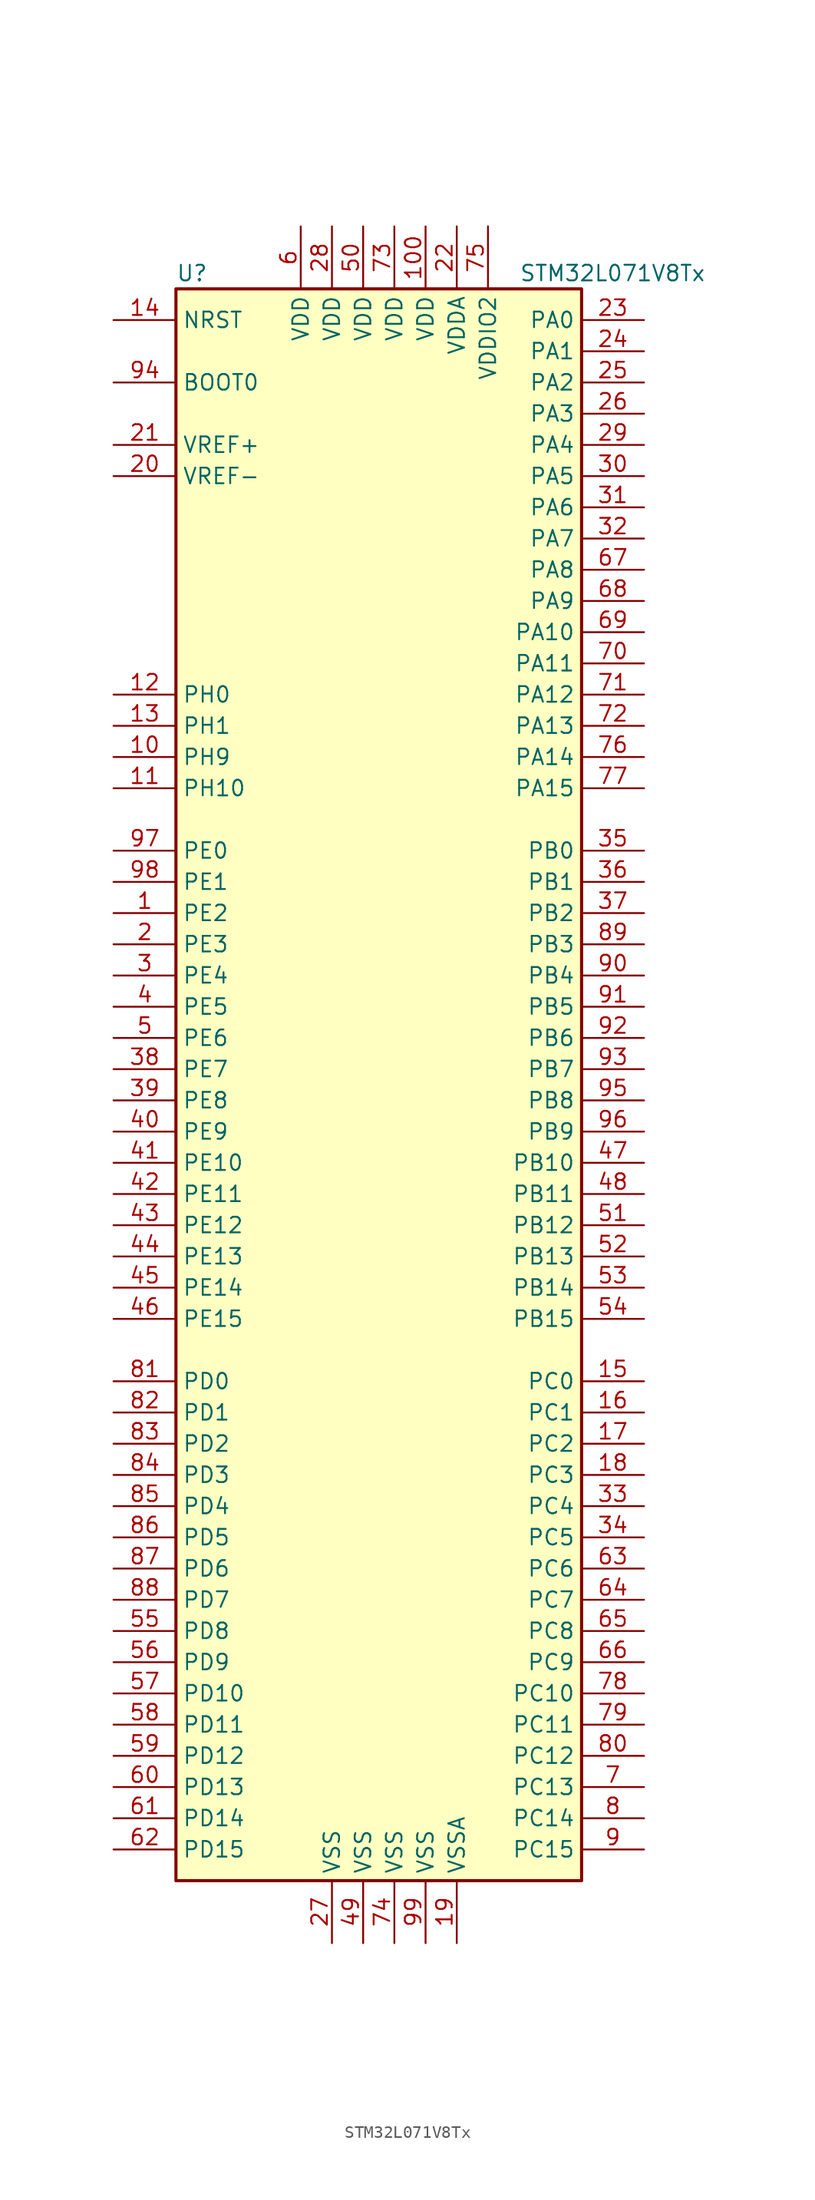
<source format=kicad_sym>
(kicad_symbol_lib
  (version 20211014)
  (generator kicad_symbol_editor)
  (symbol "STM32L071V8Tx"
    (property "Reference" "U"
      (at -17.78 64.77 0)
      (effects (font (size 1.27 1.27)) (justify left)))
    (property "Value" "STM32L071V8Tx"
      (at 10.16 64.77 0)
      (effects (font (size 1.27 1.27)) (justify left)))
    (symbol "STM32L071V8Tx_0_1"
      (rectangle (start -17.78 -66.04) (end 15.24 63.5) (stroke (width 0.254) (type default) (color 0 0 0 0)) (fill (type background))))
    (symbol "STM32L071V8Tx_1_1"
      (pin bidirectional line (at -22.86 12.7 0) (length 5.08) (name "PE2" (effects (font (size 1.27 1.27)))) (number "1" (effects (font (size 1.27 1.27)))))
      (pin bidirectional line (at -22.86 25.4 0) (length 5.08) (name "PH9" (effects (font (size 1.27 1.27)))) (number "10" (effects (font (size 1.27 1.27)))))
      (pin power_in line (at 2.54 68.58 270) (length 5.08) (name "VDD" (effects (font (size 1.27 1.27)))) (number "100" (effects (font (size 1.27 1.27)))))
      (pin bidirectional line (at -22.86 22.86 0) (length 5.08) (name "PH10" (effects (font (size 1.27 1.27)))) (number "11" (effects (font (size 1.27 1.27)))))
      (pin input line (at -22.86 30.48 0) (length 5.08) (name "PH0" (effects (font (size 1.27 1.27)))) (number "12" (effects (font (size 1.27 1.27)))))
      (pin input line (at -22.86 27.94 0) (length 5.08) (name "PH1" (effects (font (size 1.27 1.27)))) (number "13" (effects (font (size 1.27 1.27)))))
      (pin input line (at -22.86 60.96 0) (length 5.08) (name "NRST" (effects (font (size 1.27 1.27)))) (number "14" (effects (font (size 1.27 1.27)))))
      (pin bidirectional line (at 20.32 -25.4 180) (length 5.08) (name "PC0" (effects (font (size 1.27 1.27)))) (number "15" (effects (font (size 1.27 1.27)))))
      (pin bidirectional line (at 20.32 -27.94 180) (length 5.08) (name "PC1" (effects (font (size 1.27 1.27)))) (number "16" (effects (font (size 1.27 1.27)))))
      (pin bidirectional line (at 20.32 -30.48 180) (length 5.08) (name "PC2" (effects (font (size 1.27 1.27)))) (number "17" (effects (font (size 1.27 1.27)))))
      (pin bidirectional line (at 20.32 -33.02 180) (length 5.08) (name "PC3" (effects (font (size 1.27 1.27)))) (number "18" (effects (font (size 1.27 1.27)))))
      (pin power_in line (at 5.08 -71.12 90) (length 5.08) (name "VSSA" (effects (font (size 1.27 1.27)))) (number "19" (effects (font (size 1.27 1.27)))))
      (pin bidirectional line (at -22.86 10.16 0) (length 5.08) (name "PE3" (effects (font (size 1.27 1.27)))) (number "2" (effects (font (size 1.27 1.27)))))
      (pin power_in line (at -22.86 48.26 0) (length 5.08) (name "VREF-" (effects (font (size 1.27 1.27)))) (number "20" (effects (font (size 1.27 1.27)))))
      (pin power_in line (at -22.86 50.8 0) (length 5.08) (name "VREF+" (effects (font (size 1.27 1.27)))) (number "21" (effects (font (size 1.27 1.27)))))
      (pin power_in line (at 5.08 68.58 270) (length 5.08) (name "VDDA" (effects (font (size 1.27 1.27)))) (number "22" (effects (font (size 1.27 1.27)))))
      (pin bidirectional line (at 20.32 60.96 180) (length 5.08) (name "PA0" (effects (font (size 1.27 1.27)))) (number "23" (effects (font (size 1.27 1.27)))))
      (pin bidirectional line (at 20.32 58.42 180) (length 5.08) (name "PA1" (effects (font (size 1.27 1.27)))) (number "24" (effects (font (size 1.27 1.27)))))
      (pin bidirectional line (at 20.32 55.88 180) (length 5.08) (name "PA2" (effects (font (size 1.27 1.27)))) (number "25" (effects (font (size 1.27 1.27)))))
      (pin bidirectional line (at 20.32 53.34 180) (length 5.08) (name "PA3" (effects (font (size 1.27 1.27)))) (number "26" (effects (font (size 1.27 1.27)))))
      (pin power_in line (at -5.08 -71.12 90) (length 5.08) (name "VSS" (effects (font (size 1.27 1.27)))) (number "27" (effects (font (size 1.27 1.27)))))
      (pin power_in line (at -5.08 68.58 270) (length 5.08) (name "VDD" (effects (font (size 1.27 1.27)))) (number "28" (effects (font (size 1.27 1.27)))))
      (pin bidirectional line (at 20.32 50.8 180) (length 5.08) (name "PA4" (effects (font (size 1.27 1.27)))) (number "29" (effects (font (size 1.27 1.27)))))
      (pin bidirectional line (at -22.86 7.62 0) (length 5.08) (name "PE4" (effects (font (size 1.27 1.27)))) (number "3" (effects (font (size 1.27 1.27)))))
      (pin bidirectional line (at 20.32 48.26 180) (length 5.08) (name "PA5" (effects (font (size 1.27 1.27)))) (number "30" (effects (font (size 1.27 1.27)))))
      (pin bidirectional line (at 20.32 45.72 180) (length 5.08) (name "PA6" (effects (font (size 1.27 1.27)))) (number "31" (effects (font (size 1.27 1.27)))))
      (pin bidirectional line (at 20.32 43.18 180) (length 5.08) (name "PA7" (effects (font (size 1.27 1.27)))) (number "32" (effects (font (size 1.27 1.27)))))
      (pin bidirectional line (at 20.32 -35.56 180) (length 5.08) (name "PC4" (effects (font (size 1.27 1.27)))) (number "33" (effects (font (size 1.27 1.27)))))
      (pin bidirectional line (at 20.32 -38.1 180) (length 5.08) (name "PC5" (effects (font (size 1.27 1.27)))) (number "34" (effects (font (size 1.27 1.27)))))
      (pin bidirectional line (at 20.32 17.78 180) (length 5.08) (name "PB0" (effects (font (size 1.27 1.27)))) (number "35" (effects (font (size 1.27 1.27)))))
      (pin bidirectional line (at 20.32 15.24 180) (length 5.08) (name "PB1" (effects (font (size 1.27 1.27)))) (number "36" (effects (font (size 1.27 1.27)))))
      (pin bidirectional line (at 20.32 12.7 180) (length 5.08) (name "PB2" (effects (font (size 1.27 1.27)))) (number "37" (effects (font (size 1.27 1.27)))))
      (pin bidirectional line (at -22.86 0 0) (length 5.08) (name "PE7" (effects (font (size 1.27 1.27)))) (number "38" (effects (font (size 1.27 1.27)))))
      (pin bidirectional line (at -22.86 -2.54 0) (length 5.08) (name "PE8" (effects (font (size 1.27 1.27)))) (number "39" (effects (font (size 1.27 1.27)))))
      (pin bidirectional line (at -22.86 5.08 0) (length 5.08) (name "PE5" (effects (font (size 1.27 1.27)))) (number "4" (effects (font (size 1.27 1.27)))))
      (pin bidirectional line (at -22.86 -5.08 0) (length 5.08) (name "PE9" (effects (font (size 1.27 1.27)))) (number "40" (effects (font (size 1.27 1.27)))))
      (pin bidirectional line (at -22.86 -7.62 0) (length 5.08) (name "PE10" (effects (font (size 1.27 1.27)))) (number "41" (effects (font (size 1.27 1.27)))))
      (pin bidirectional line (at -22.86 -10.16 0) (length 5.08) (name "PE11" (effects (font (size 1.27 1.27)))) (number "42" (effects (font (size 1.27 1.27)))))
      (pin bidirectional line (at -22.86 -12.7 0) (length 5.08) (name "PE12" (effects (font (size 1.27 1.27)))) (number "43" (effects (font (size 1.27 1.27)))))
      (pin bidirectional line (at -22.86 -15.24 0) (length 5.08) (name "PE13" (effects (font (size 1.27 1.27)))) (number "44" (effects (font (size 1.27 1.27)))))
      (pin bidirectional line (at -22.86 -17.78 0) (length 5.08) (name "PE14" (effects (font (size 1.27 1.27)))) (number "45" (effects (font (size 1.27 1.27)))))
      (pin bidirectional line (at -22.86 -20.32 0) (length 5.08) (name "PE15" (effects (font (size 1.27 1.27)))) (number "46" (effects (font (size 1.27 1.27)))))
      (pin bidirectional line (at 20.32 -7.62 180) (length 5.08) (name "PB10" (effects (font (size 1.27 1.27)))) (number "47" (effects (font (size 1.27 1.27)))))
      (pin bidirectional line (at 20.32 -10.16 180) (length 5.08) (name "PB11" (effects (font (size 1.27 1.27)))) (number "48" (effects (font (size 1.27 1.27)))))
      (pin power_in line (at -2.54 -71.12 90) (length 5.08) (name "VSS" (effects (font (size 1.27 1.27)))) (number "49" (effects (font (size 1.27 1.27)))))
      (pin bidirectional line (at -22.86 2.54 0) (length 5.08) (name "PE6" (effects (font (size 1.27 1.27)))) (number "5" (effects (font (size 1.27 1.27)))))
      (pin power_in line (at -2.54 68.58 270) (length 5.08) (name "VDD" (effects (font (size 1.27 1.27)))) (number "50" (effects (font (size 1.27 1.27)))))
      (pin bidirectional line (at 20.32 -12.7 180) (length 5.08) (name "PB12" (effects (font (size 1.27 1.27)))) (number "51" (effects (font (size 1.27 1.27)))))
      (pin bidirectional line (at 20.32 -15.24 180) (length 5.08) (name "PB13" (effects (font (size 1.27 1.27)))) (number "52" (effects (font (size 1.27 1.27)))))
      (pin bidirectional line (at 20.32 -17.78 180) (length 5.08) (name "PB14" (effects (font (size 1.27 1.27)))) (number "53" (effects (font (size 1.27 1.27)))))
      (pin bidirectional line (at 20.32 -20.32 180) (length 5.08) (name "PB15" (effects (font (size 1.27 1.27)))) (number "54" (effects (font (size 1.27 1.27)))))
      (pin bidirectional line (at -22.86 -45.72 0) (length 5.08) (name "PD8" (effects (font (size 1.27 1.27)))) (number "55" (effects (font (size 1.27 1.27)))))
      (pin bidirectional line (at -22.86 -48.26 0) (length 5.08) (name "PD9" (effects (font (size 1.27 1.27)))) (number "56" (effects (font (size 1.27 1.27)))))
      (pin bidirectional line (at -22.86 -50.8 0) (length 5.08) (name "PD10" (effects (font (size 1.27 1.27)))) (number "57" (effects (font (size 1.27 1.27)))))
      (pin bidirectional line (at -22.86 -53.34 0) (length 5.08) (name "PD11" (effects (font (size 1.27 1.27)))) (number "58" (effects (font (size 1.27 1.27)))))
      (pin bidirectional line (at -22.86 -55.88 0) (length 5.08) (name "PD12" (effects (font (size 1.27 1.27)))) (number "59" (effects (font (size 1.27 1.27)))))
      (pin power_in line (at -7.62 68.58 270) (length 5.08) (name "VDD" (effects (font (size 1.27 1.27)))) (number "6" (effects (font (size 1.27 1.27)))))
      (pin bidirectional line (at -22.86 -58.42 0) (length 5.08) (name "PD13" (effects (font (size 1.27 1.27)))) (number "60" (effects (font (size 1.27 1.27)))))
      (pin bidirectional line (at -22.86 -60.96 0) (length 5.08) (name "PD14" (effects (font (size 1.27 1.27)))) (number "61" (effects (font (size 1.27 1.27)))))
      (pin bidirectional line (at -22.86 -63.5 0) (length 5.08) (name "PD15" (effects (font (size 1.27 1.27)))) (number "62" (effects (font (size 1.27 1.27)))))
      (pin bidirectional line (at 20.32 -40.64 180) (length 5.08) (name "PC6" (effects (font (size 1.27 1.27)))) (number "63" (effects (font (size 1.27 1.27)))))
      (pin bidirectional line (at 20.32 -43.18 180) (length 5.08) (name "PC7" (effects (font (size 1.27 1.27)))) (number "64" (effects (font (size 1.27 1.27)))))
      (pin bidirectional line (at 20.32 -45.72 180) (length 5.08) (name "PC8" (effects (font (size 1.27 1.27)))) (number "65" (effects (font (size 1.27 1.27)))))
      (pin bidirectional line (at 20.32 -48.26 180) (length 5.08) (name "PC9" (effects (font (size 1.27 1.27)))) (number "66" (effects (font (size 1.27 1.27)))))
      (pin bidirectional line (at 20.32 40.64 180) (length 5.08) (name "PA8" (effects (font (size 1.27 1.27)))) (number "67" (effects (font (size 1.27 1.27)))))
      (pin bidirectional line (at 20.32 38.1 180) (length 5.08) (name "PA9" (effects (font (size 1.27 1.27)))) (number "68" (effects (font (size 1.27 1.27)))))
      (pin bidirectional line (at 20.32 35.56 180) (length 5.08) (name "PA10" (effects (font (size 1.27 1.27)))) (number "69" (effects (font (size 1.27 1.27)))))
      (pin bidirectional line (at 20.32 -58.42 180) (length 5.08) (name "PC13" (effects (font (size 1.27 1.27)))) (number "7" (effects (font (size 1.27 1.27)))))
      (pin bidirectional line (at 20.32 33.02 180) (length 5.08) (name "PA11" (effects (font (size 1.27 1.27)))) (number "70" (effects (font (size 1.27 1.27)))))
      (pin bidirectional line (at 20.32 30.48 180) (length 5.08) (name "PA12" (effects (font (size 1.27 1.27)))) (number "71" (effects (font (size 1.27 1.27)))))
      (pin bidirectional line (at 20.32 27.94 180) (length 5.08) (name "PA13" (effects (font (size 1.27 1.27)))) (number "72" (effects (font (size 1.27 1.27)))))
      (pin power_in line (at 0 68.58 270) (length 5.08) (name "VDD" (effects (font (size 1.27 1.27)))) (number "73" (effects (font (size 1.27 1.27)))))
      (pin power_in line (at 0 -71.12 90) (length 5.08) (name "VSS" (effects (font (size 1.27 1.27)))) (number "74" (effects (font (size 1.27 1.27)))))
      (pin power_in line (at 7.62 68.58 270) (length 5.08) (name "VDDIO2" (effects (font (size 1.27 1.27)))) (number "75" (effects (font (size 1.27 1.27)))))
      (pin bidirectional line (at 20.32 25.4 180) (length 5.08) (name "PA14" (effects (font (size 1.27 1.27)))) (number "76" (effects (font (size 1.27 1.27)))))
      (pin bidirectional line (at 20.32 22.86 180) (length 5.08) (name "PA15" (effects (font (size 1.27 1.27)))) (number "77" (effects (font (size 1.27 1.27)))))
      (pin bidirectional line (at 20.32 -50.8 180) (length 5.08) (name "PC10" (effects (font (size 1.27 1.27)))) (number "78" (effects (font (size 1.27 1.27)))))
      (pin bidirectional line (at 20.32 -53.34 180) (length 5.08) (name "PC11" (effects (font (size 1.27 1.27)))) (number "79" (effects (font (size 1.27 1.27)))))
      (pin bidirectional line (at 20.32 -60.96 180) (length 5.08) (name "PC14" (effects (font (size 1.27 1.27)))) (number "8" (effects (font (size 1.27 1.27)))))
      (pin bidirectional line (at 20.32 -55.88 180) (length 5.08) (name "PC12" (effects (font (size 1.27 1.27)))) (number "80" (effects (font (size 1.27 1.27)))))
      (pin bidirectional line (at -22.86 -25.4 0) (length 5.08) (name "PD0" (effects (font (size 1.27 1.27)))) (number "81" (effects (font (size 1.27 1.27)))))
      (pin bidirectional line (at -22.86 -27.94 0) (length 5.08) (name "PD1" (effects (font (size 1.27 1.27)))) (number "82" (effects (font (size 1.27 1.27)))))
      (pin bidirectional line (at -22.86 -30.48 0) (length 5.08) (name "PD2" (effects (font (size 1.27 1.27)))) (number "83" (effects (font (size 1.27 1.27)))))
      (pin bidirectional line (at -22.86 -33.02 0) (length 5.08) (name "PD3" (effects (font (size 1.27 1.27)))) (number "84" (effects (font (size 1.27 1.27)))))
      (pin bidirectional line (at -22.86 -35.56 0) (length 5.08) (name "PD4" (effects (font (size 1.27 1.27)))) (number "85" (effects (font (size 1.27 1.27)))))
      (pin bidirectional line (at -22.86 -38.1 0) (length 5.08) (name "PD5" (effects (font (size 1.27 1.27)))) (number "86" (effects (font (size 1.27 1.27)))))
      (pin bidirectional line (at -22.86 -40.64 0) (length 5.08) (name "PD6" (effects (font (size 1.27 1.27)))) (number "87" (effects (font (size 1.27 1.27)))))
      (pin bidirectional line (at -22.86 -43.18 0) (length 5.08) (name "PD7" (effects (font (size 1.27 1.27)))) (number "88" (effects (font (size 1.27 1.27)))))
      (pin bidirectional line (at 20.32 10.16 180) (length 5.08) (name "PB3" (effects (font (size 1.27 1.27)))) (number "89" (effects (font (size 1.27 1.27)))))
      (pin bidirectional line (at 20.32 -63.5 180) (length 5.08) (name "PC15" (effects (font (size 1.27 1.27)))) (number "9" (effects (font (size 1.27 1.27)))))
      (pin bidirectional line (at 20.32 7.62 180) (length 5.08) (name "PB4" (effects (font (size 1.27 1.27)))) (number "90" (effects (font (size 1.27 1.27)))))
      (pin bidirectional line (at 20.32 5.08 180) (length 5.08) (name "PB5" (effects (font (size 1.27 1.27)))) (number "91" (effects (font (size 1.27 1.27)))))
      (pin bidirectional line (at 20.32 2.54 180) (length 5.08) (name "PB6" (effects (font (size 1.27 1.27)))) (number "92" (effects (font (size 1.27 1.27)))))
      (pin bidirectional line (at 20.32 0 180) (length 5.08) (name "PB7" (effects (font (size 1.27 1.27)))) (number "93" (effects (font (size 1.27 1.27)))))
      (pin input line (at -22.86 55.88 0) (length 5.08) (name "BOOT0" (effects (font (size 1.27 1.27)))) (number "94" (effects (font (size 1.27 1.27)))))
      (pin bidirectional line (at 20.32 -2.54 180) (length 5.08) (name "PB8" (effects (font (size 1.27 1.27)))) (number "95" (effects (font (size 1.27 1.27)))))
      (pin bidirectional line (at 20.32 -5.08 180) (length 5.08) (name "PB9" (effects (font (size 1.27 1.27)))) (number "96" (effects (font (size 1.27 1.27)))))
      (pin bidirectional line (at -22.86 17.78 0) (length 5.08) (name "PE0" (effects (font (size 1.27 1.27)))) (number "97" (effects (font (size 1.27 1.27)))))
      (pin bidirectional line (at -22.86 15.24 0) (length 5.08) (name "PE1" (effects (font (size 1.27 1.27)))) (number "98" (effects (font (size 1.27 1.27)))))
      (pin power_in line (at 2.54 -71.12 90) (length 5.08) (name "VSS" (effects (font (size 1.27 1.27)))) (number "99" (effects (font (size 1.27 1.27))))))))
</source>
